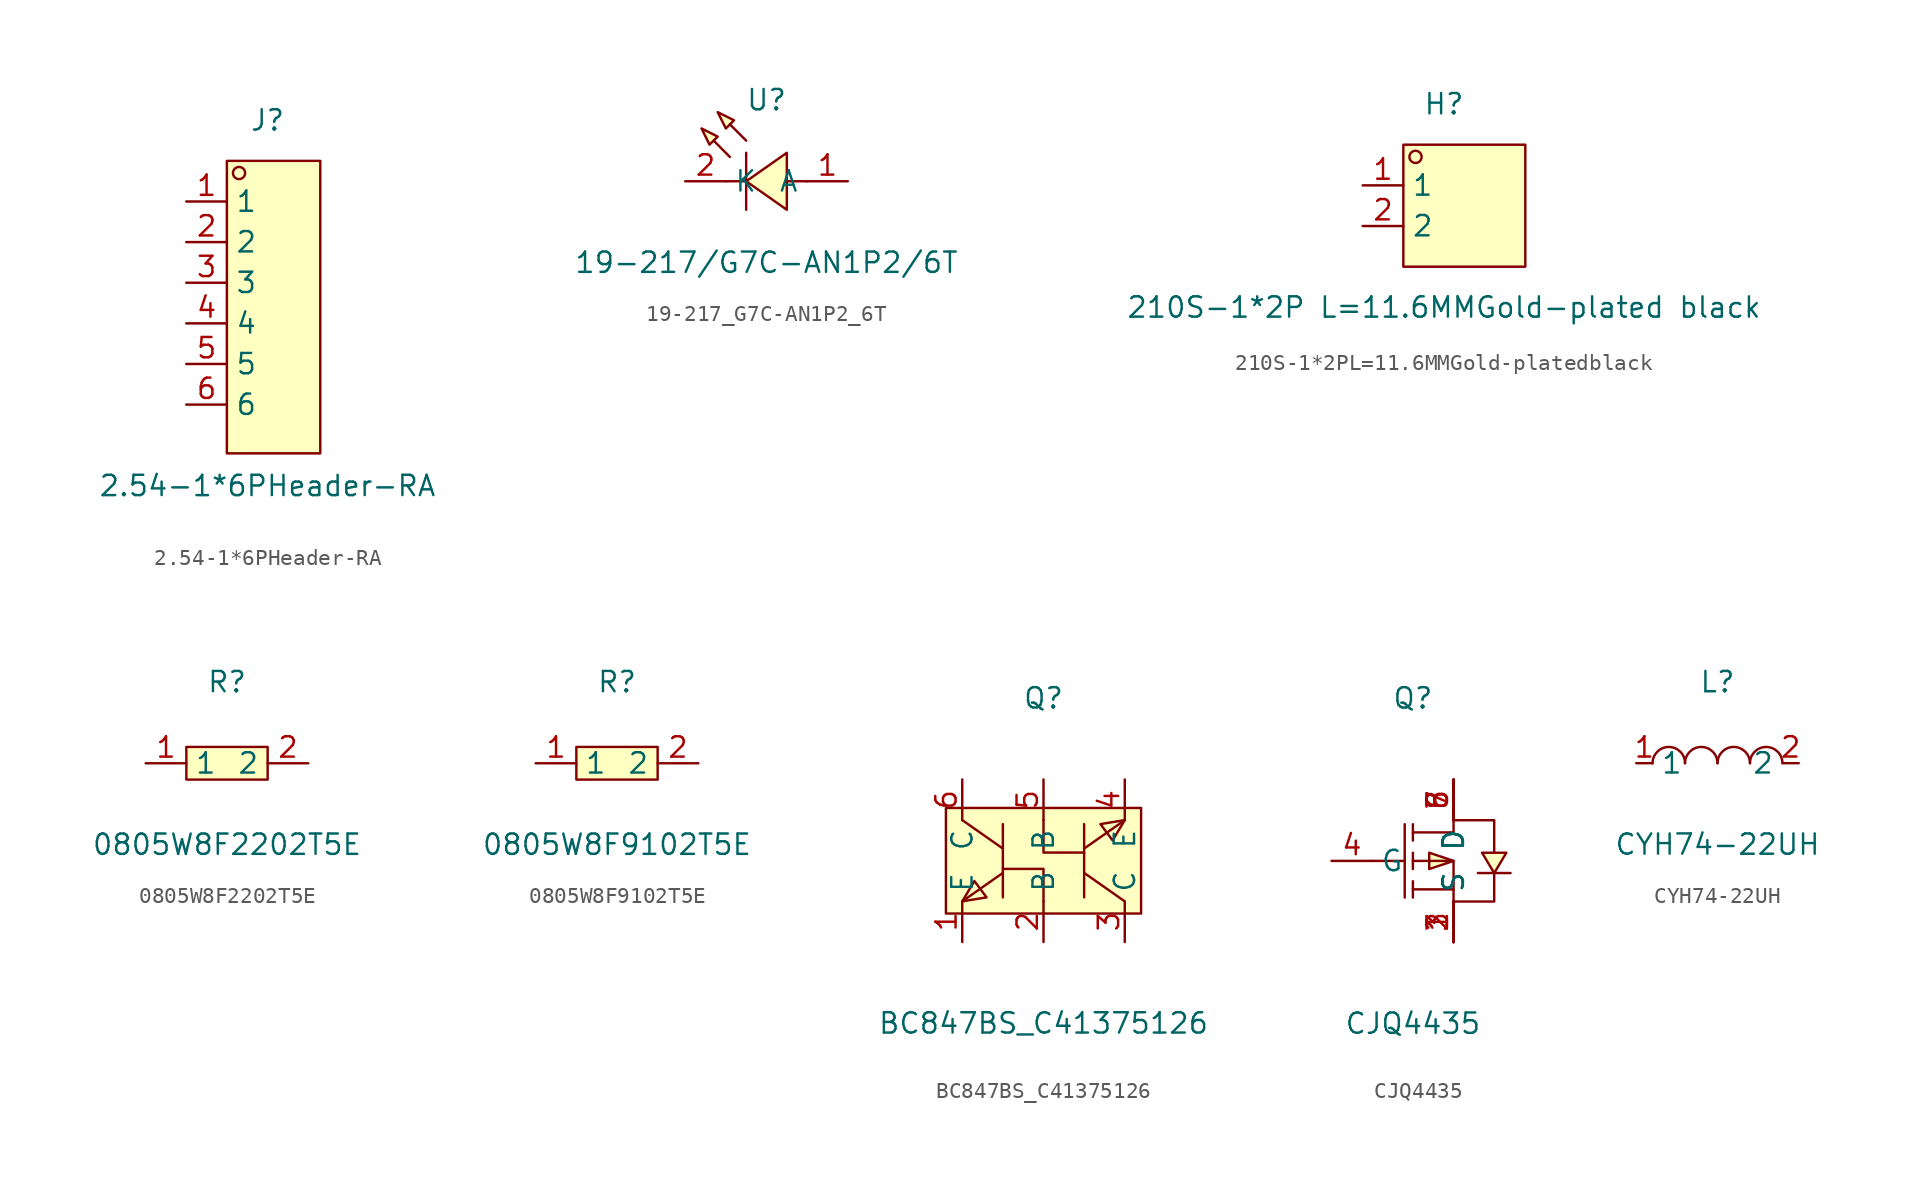
<source format=kicad_sym>
(kicad_symbol_lib
  (version 20211014)
  (generator https://github.com/uPesy/easyeda2kicad.py)
  (symbol "2.54-1*6PHeader-RA"
    (property "Reference" "J"
      (at 0 12.70 0)
      (effects (font (size 1.27 1.27))))
    (property "Value" "2.54-1*6PHeader-RA"
      (at 0 -10.16 0)
      (effects (font (size 1.27 1.27))))
    (symbol "2.54-1*6PHeader-RA_0_1"
      (rectangle (start -2.54 10.16) (end 3.30 -8.13) (stroke (width 0) (type default) (color 0 0 0 0)) (fill (type background)))
      (circle (center -1.78 9.40) (radius 0.38) (stroke (width 0) (type default) (color 0 0 0 0)) (fill (type none)))
      (pin unspecified line (at -5.08 7.62 0) (length 2.54) (name "1" (effects (font (size 1.27 1.27)))) (number "1" (effects (font (size 1.27 1.27)))))
      (pin unspecified line (at -5.08 5.08 0) (length 2.54) (name "2" (effects (font (size 1.27 1.27)))) (number "2" (effects (font (size 1.27 1.27)))))
      (pin unspecified line (at -5.08 2.54 0) (length 2.54) (name "3" (effects (font (size 1.27 1.27)))) (number "3" (effects (font (size 1.27 1.27)))))
      (pin unspecified line (at -5.08 -0.00 0) (length 2.54) (name "4" (effects (font (size 1.27 1.27)))) (number "4" (effects (font (size 1.27 1.27)))))
      (pin unspecified line (at -5.08 -2.54 0) (length 2.54) (name "5" (effects (font (size 1.27 1.27)))) (number "5" (effects (font (size 1.27 1.27)))))
      (pin unspecified line (at -5.08 -5.08 0) (length 2.54) (name "6" (effects (font (size 1.27 1.27)))) (number "6" (effects (font (size 1.27 1.27)))))))
  (symbol "19-217_G7C-AN1P2_6T"
    (property "Reference" "U"
      (at 0 5.08 0)
      (effects (font (size 1.27 1.27))))
    (property "Value" "19-217/G7C-AN1P2/6T"
      (at 0 -5.08 0)
      (effects (font (size 1.27 1.27))))
    (symbol "19-217_G7C-AN1P2_6T_0_1"
      (polyline (pts (xy -4.06 3.30) (xy -3.05 2.79) (xy -3.56 2.29) (xy -4.06 3.30)) (stroke (width 0) (type default) (color 0 0 0 0)) (fill (type background)))
      (polyline (pts (xy -3.05 4.32) (xy -2.03 3.81) (xy -2.54 3.30) (xy -3.05 4.32)) (stroke (width 0) (type default) (color 0 0 0 0)) (fill (type background)))
      (polyline (pts (xy 1.27 1.78) (xy -1.27 -0.00) (xy 1.27 -1.78) (xy 1.27 1.78)) (stroke (width 0) (type default) (color 0 0 0 0)) (fill (type background)))
      (polyline (pts (xy -2.29 1.52) (xy -3.30 2.54) (xy -2.29 1.52)) (stroke (width 0) (type default) (color 0 0 0 0)) (fill (type background)))
      (polyline (pts (xy -1.27 2.54) (xy -2.29 3.56) (xy -1.27 2.54)) (stroke (width 0) (type default) (color 0 0 0 0)) (fill (type background)))
      (polyline (pts (xy -1.27 -0.00) (xy -2.54 -0.00)) (stroke (width 0) (type default) (color 0 0 0 0)) (fill (type none)))
      (polyline (pts (xy 2.54 -0.00) (xy 1.27 -0.00)) (stroke (width 0) (type default) (color 0 0 0 0)) (fill (type none)))
      (polyline (pts (xy -1.27 1.78) (xy -1.27 -1.78)) (stroke (width 0) (type default) (color 0 0 0 0)) (fill (type none)))
      (pin unspecified line (at -5.08 -0.00 0) (length 2.54) (name "K" (effects (font (size 1.27 1.27)))) (number "2" (effects (font (size 1.27 1.27)))))
      (pin unspecified line (at 5.08 -0.00 180) (length 2.54) (name "A" (effects (font (size 1.27 1.27)))) (number "1" (effects (font (size 1.27 1.27)))))))
  (symbol "210S-1*2PL=11.6MMGold-platedblack"
    (property "Reference" "H"
      (at 0 6.35 0)
      (effects (font (size 1.27 1.27))))
    (property "Value" "210S-1*2P L=11.6MMGold-plated black"
      (at 0 -6.35 0)
      (effects (font (size 1.27 1.27))))
    (symbol "210S-1*2PL=11.6MMGold-platedblack_0_1"
      (rectangle (start -2.54 3.81) (end 5.08 -3.81) (stroke (width 0) (type default) (color 0 0 0 0)) (fill (type background)))
      (circle (center -1.78 3.05) (radius 0.38) (stroke (width 0) (type default) (color 0 0 0 0)) (fill (type none)))
      (pin unspecified line (at -5.08 1.27 0) (length 2.54) (name "1" (effects (font (size 1.27 1.27)))) (number "1" (effects (font (size 1.27 1.27)))))
      (pin unspecified line (at -5.08 -1.27 0) (length 2.54) (name "2" (effects (font (size 1.27 1.27)))) (number "2" (effects (font (size 1.27 1.27)))))))
  (symbol "0805W8F2202T5E"
    (property "Reference" "R"
      (at 0 5.08 0)
      (effects (font (size 1.27 1.27))))
    (property "Value" "0805W8F2202T5E"
      (at 0 -5.08 0)
      (effects (font (size 1.27 1.27))))
    (symbol "0805W8F2202T5E_0_1"
      (rectangle (start -2.54 1.02) (end 2.54 -1.02) (stroke (width 0) (type default) (color 0 0 0 0)) (fill (type background)))
      (pin input line (at 5.08 -0.00 180) (length 2.54) (name "2" (effects (font (size 1.27 1.27)))) (number "2" (effects (font (size 1.27 1.27)))))
      (pin input line (at -5.08 -0.00 0) (length 2.54) (name "1" (effects (font (size 1.27 1.27)))) (number "1" (effects (font (size 1.27 1.27)))))))
  (symbol "0805W8F9102T5E"
    (property "Reference" "R"
      (at 0 5.08 0)
      (effects (font (size 1.27 1.27))))
    (property "Value" "0805W8F9102T5E"
      (at 0 -5.08 0)
      (effects (font (size 1.27 1.27))))
    (symbol "0805W8F9102T5E_0_1"
      (rectangle (start -2.54 1.02) (end 2.54 -1.02) (stroke (width 0) (type default) (color 0 0 0 0)) (fill (type background)))
      (pin input line (at 5.08 -0.00 180) (length 2.54) (name "2" (effects (font (size 1.27 1.27)))) (number "2" (effects (font (size 1.27 1.27)))))
      (pin input line (at -5.08 -0.00 0) (length 2.54) (name "1" (effects (font (size 1.27 1.27)))) (number "1" (effects (font (size 1.27 1.27)))))))
  (symbol "BC847BS_C41375126"
    (property "Reference" "Q"
      (at 0 10.16 0)
      (effects (font (size 1.27 1.27))))
    (property "Value" "BC847BS_C41375126"
      (at 0 -10.16 0)
      (effects (font (size 1.27 1.27))))
    (symbol "BC847BS_C41375126_0_1"
      (rectangle (start -6.10 3.30) (end 6.10 -3.30) (stroke (width 0) (type default) (color 0 0 0 0)) (fill (type background)))
      (polyline (pts (xy 0.00 -2.54) (xy 0.00 -0.51) (xy -2.54 -0.51)) (stroke (width 0) (type default) (color 0 0 0 0)) (fill (type none)))
      (polyline (pts (xy 0.00 2.54) (xy 0.00 0.51) (xy 2.54 0.51)) (stroke (width 0) (type default) (color 0 0 0 0)) (fill (type none)))
      (polyline (pts (xy 2.54 -2.29) (xy 2.54 2.29)) (stroke (width 0) (type default) (color 0 0 0 0)) (fill (type none)))
      (polyline (pts (xy 2.54 0.76) (xy 5.08 2.54)) (stroke (width 0) (type default) (color 0 0 0 0)) (fill (type none)))
      (polyline (pts (xy 5.08 -2.54) (xy 2.54 -0.76)) (stroke (width 0) (type default) (color 0 0 0 0)) (fill (type none)))
      (polyline (pts (xy -2.54 2.29) (xy -2.54 -2.29)) (stroke (width 0) (type default) (color 0 0 0 0)) (fill (type none)))
      (polyline (pts (xy -2.54 -0.76) (xy -5.08 -2.54)) (stroke (width 0) (type default) (color 0 0 0 0)) (fill (type none)))
      (polyline (pts (xy -5.08 2.54) (xy -2.54 0.76)) (stroke (width 0) (type default) (color 0 0 0 0)) (fill (type none)))
      (polyline (pts (xy 5.08 2.54) (xy 4.32 1.27) (xy 3.56 2.29) (xy 5.08 2.54)) (stroke (width 0) (type default) (color 0 0 0 0)) (fill (type background)))
      (polyline (pts (xy -5.08 -2.54) (xy -4.32 -1.27) (xy -3.56 -2.29) (xy -5.08 -2.54)) (stroke (width 0) (type default) (color 0 0 0 0)) (fill (type background)))
      (pin input line (at 5.08 5.08 270) (length 2.54) (name "E" (effects (font (size 1.27 1.27)))) (number "4" (effects (font (size 1.27 1.27)))))
      (pin input line (at 5.08 -5.08 90) (length 2.54) (name "C" (effects (font (size 1.27 1.27)))) (number "3" (effects (font (size 1.27 1.27)))))
      (pin input line (at 0.00 5.08 270) (length 2.54) (name "B" (effects (font (size 1.27 1.27)))) (number "5" (effects (font (size 1.27 1.27)))))
      (pin input line (at -5.08 -5.08 90) (length 2.54) (name "E" (effects (font (size 1.27 1.27)))) (number "1" (effects (font (size 1.27 1.27)))))
      (pin input line (at -5.08 5.08 270) (length 2.54) (name "C" (effects (font (size 1.27 1.27)))) (number "6" (effects (font (size 1.27 1.27)))))
      (pin input line (at 0.00 -5.08 90) (length 2.54) (name "B" (effects (font (size 1.27 1.27)))) (number "2" (effects (font (size 1.27 1.27)))))))
  (symbol "CJQ4435"
    (property "Reference" "Q"
      (at 0 10.16 0)
      (effects (font (size 1.27 1.27))))
    (property "Value" "CJQ4435"
      (at 0 -10.16 0)
      (effects (font (size 1.27 1.27))))
    (symbol "CJQ4435_0_1"
      (polyline (pts (xy 0.00 1.78) (xy 2.54 1.78) (xy 2.54 2.54) (xy 5.08 2.54) (xy 5.08 0.51)) (stroke (width 0) (type default) (color 0 0 0 0)) (fill (type none)))
      (polyline (pts (xy 0.00 -0.00) (xy 2.54 -0.00) (xy 2.54 -2.54) (xy 5.08 -2.54) (xy 5.08 -0.76)) (stroke (width 0) (type default) (color 0 0 0 0)) (fill (type none)))
      (polyline (pts (xy 2.54 -1.78) (xy 0.00 -1.78)) (stroke (width 0) (type default) (color 0 0 0 0)) (fill (type none)))
      (polyline (pts (xy -0.51 2.29) (xy -0.51 -2.29)) (stroke (width 0) (type default) (color 0 0 0 0)) (fill (type none)))
      (polyline (pts (xy 0.00 2.29) (xy 0.00 1.27)) (stroke (width 0) (type default) (color 0 0 0 0)) (fill (type none)))
      (polyline (pts (xy 0.00 -0.51) (xy 0.00 0.51)) (stroke (width 0) (type default) (color 0 0 0 0)) (fill (type none)))
      (polyline (pts (xy 0.00 -2.29) (xy 0.00 -1.27)) (stroke (width 0) (type default) (color 0 0 0 0)) (fill (type none)))
      (polyline (pts (xy -2.54 -0.00) (xy -0.51 -0.00)) (stroke (width 0) (type default) (color 0 0 0 0)) (fill (type none)))
      (polyline (pts (xy 4.06 -0.76) (xy 4.57 -0.76) (xy 5.59 -0.76) (xy 6.10 -0.76)) (stroke (width 0) (type default) (color 0 0 0 0)) (fill (type none)))
      (polyline (pts (xy 2.54 -0.00) (xy 1.02 0.51) (xy 1.02 -0.51) (xy 2.54 -0.00)) (stroke (width 0) (type default) (color 0 0 0 0)) (fill (type background)))
      (polyline (pts (xy 5.08 -0.76) (xy 5.84 0.51) (xy 4.32 0.51) (xy 5.08 -0.76)) (stroke (width 0) (type default) (color 0 0 0 0)) (fill (type background)))
      (pin unspecified line (at 2.54 5.08 270) (length 2.54) (name "D" (effects (font (size 1.27 1.27)))) (number "5" (effects (font (size 1.27 1.27)))))
      (pin unspecified line (at -5.08 -0.00 0) (length 2.54) (name "G" (effects (font (size 1.27 1.27)))) (number "4" (effects (font (size 1.27 1.27)))))
      (pin unspecified line (at 2.54 -5.08 90) (length 2.54) (name "S" (effects (font (size 1.27 1.27)))) (number "3" (effects (font (size 1.27 1.27)))))
      (pin unspecified line (at 2.54 -5.08 90) (length 2.54) (name "S" (effects (font (size 1.27 1.27)))) (number "2" (effects (font (size 1.27 1.27)))))
      (pin unspecified line (at 2.54 -5.08 90) (length 2.54) (name "S" (effects (font (size 1.27 1.27)))) (number "1" (effects (font (size 1.27 1.27)))))
      (pin unspecified line (at 2.54 5.08 270) (length 2.54) (name "D" (effects (font (size 1.27 1.27)))) (number "6" (effects (font (size 1.27 1.27)))))
      (pin unspecified line (at 2.54 5.08 270) (length 2.54) (name "D" (effects (font (size 1.27 1.27)))) (number "7" (effects (font (size 1.27 1.27)))))
      (pin unspecified line (at 2.54 5.08 270) (length 2.54) (name "D" (effects (font (size 1.27 1.27)))) (number "8" (effects (font (size 1.27 1.27)))))))
  (symbol "CYH74-22UH"
    (property "Reference" "L"
      (at 0 5.08 0)
      (effects (font (size 1.27 1.27))))
    (property "Value" "CYH74-22UH"
      (at 0 -5.08 0)
      (effects (font (size 1.27 1.27))))
    (symbol "CYH74-22UH_0_1"
      (arc (start -4.06 -0.01) (mid -2.83 0.99) (end -2.03 0.01) (stroke (width 0) (type default) (color 0 0 0 0)) (fill (type none)))
      (arc (start -2.03 -0.01) (mid -0.80 0.99) (end 0.00 0.01) (stroke (width 0) (type default) (color 0 0 0 0)) (fill (type none)))
      (arc (start 2.03 -0.01) (mid 3.26 0.99) (end 4.06 0.01) (stroke (width 0) (type default) (color 0 0 0 0)) (fill (type none)))
      (arc (start 0.00 -0.01) (mid 1.23 0.99) (end 2.03 0.01) (stroke (width 0) (type default) (color 0 0 0 0)) (fill (type none)))
      (pin unspecified line (at 5.08 -0.00 180) (length 1.016) (name "2" (effects (font (size 1.27 1.27)))) (number "2" (effects (font (size 1.27 1.27)))))
      (pin unspecified line (at -5.08 -0.00 0) (length 1.016) (name "1" (effects (font (size 1.27 1.27)))) (number "1" (effects (font (size 1.27 1.27))))))))
</source>
